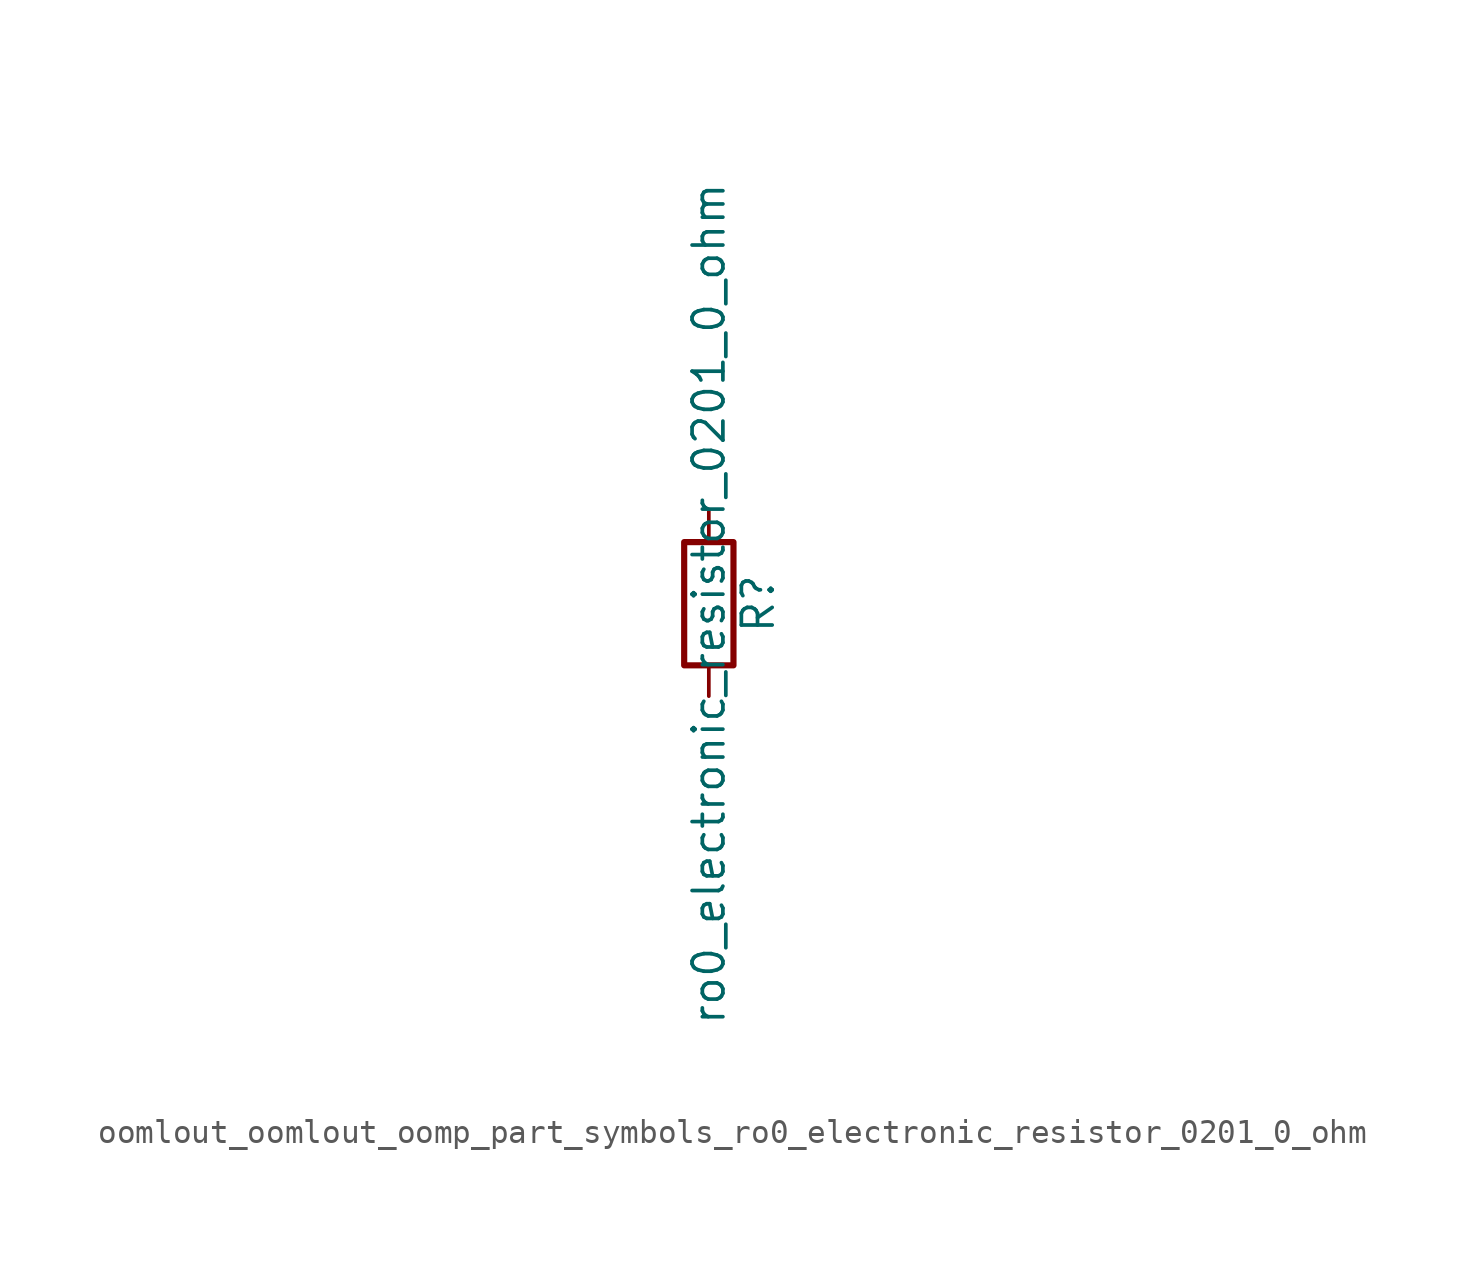
<source format=kicad_sym>
(kicad_symbol_lib
  (version 20220914)
  (generator kicad_symbol_editor)
  (symbol "oomlout_oomlout_oomp_part_symbols_ro0_electronic_resistor_0201_0_ohm"
    (pin_numbers hide)
    (pin_names
      (offset 0))
    (property "Reference" "R"
      (at 2.032 0 90)
      (effects (font (size 1.27 1.27))))
    (property "Value" "ro0_electronic_resistor_0201_0_ohm"
      (at 0 0 90)
      (effects (font (size 1.27 1.27))))
    (symbol "oomlout_oomlout_oomp_part_symbols_ro0_electronic_resistor_0201_0_ohm_0_1"
      (rectangle (start -1.016 -2.54) (end 1.016 2.54) (stroke (width 0.254) (type default)) (fill (type none))))
    (symbol "oomlout_oomlout_oomp_part_symbols_ro0_electronic_resistor_0201_0_ohm_1_1"
      (pin passive line (at 0 3.81 270) (length 1.27) (name "~" (effects (font (size 1.27 1.27)))) (number "1" (effects (font (size 1.27 1.27)))))
      (pin passive line (at 0 -3.81 90) (length 1.27) (name "~" (effects (font (size 1.27 1.27)))) (number "2" (effects (font (size 1.27 1.27))))))))
</source>
